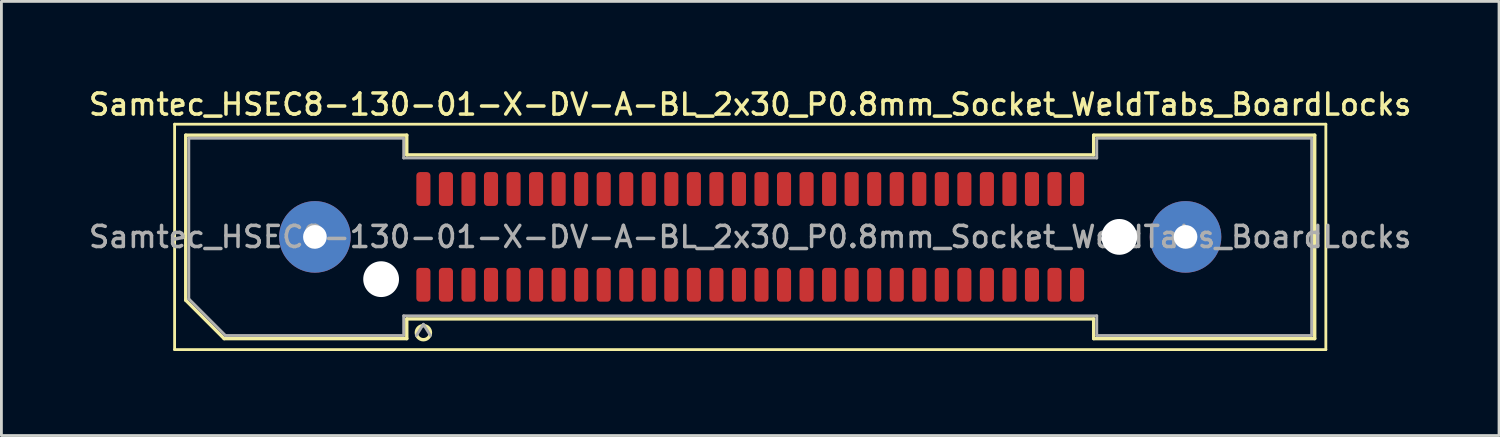
<source format=kicad_pcb>
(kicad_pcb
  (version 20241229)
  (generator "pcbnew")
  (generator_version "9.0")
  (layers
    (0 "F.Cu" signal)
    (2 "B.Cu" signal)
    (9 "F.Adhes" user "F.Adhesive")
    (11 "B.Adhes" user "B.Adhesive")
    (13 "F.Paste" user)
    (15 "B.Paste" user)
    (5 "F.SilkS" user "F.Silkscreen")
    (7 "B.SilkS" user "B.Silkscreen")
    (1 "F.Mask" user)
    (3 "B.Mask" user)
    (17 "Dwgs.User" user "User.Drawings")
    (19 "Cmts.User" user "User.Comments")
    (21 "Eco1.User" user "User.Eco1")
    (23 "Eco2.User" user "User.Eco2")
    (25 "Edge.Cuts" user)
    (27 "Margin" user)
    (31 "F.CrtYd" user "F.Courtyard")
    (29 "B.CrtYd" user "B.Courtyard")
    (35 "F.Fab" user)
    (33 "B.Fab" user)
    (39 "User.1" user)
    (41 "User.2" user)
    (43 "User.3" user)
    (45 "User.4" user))
  (footprint "Samtec_HSEC8-130-01-X-DV-A-BL_2x30_P0.8mm_Socket_WeldTabs_BoardLocks"
    (layer "F.Cu")
    (at 23.577 5.358)
    (property "Reference" "Samtec_HSEC8-130-01-X-DV-A-BL_2x30_P0.8mm_Socket_WeldTabs_BoardLocks" (at 0 -4.7 0) (layer "F.SilkS") (effects (font (size 0.75 0.75) (thickness 0.125))))
    (attr smd)
    (fp_line (start -20.43 -4) (end -20.43 4) (stroke (width 0.1) (type solid)) (layer "F.SilkS"))
    (fp_line (start -20.43 4) (end 20.43 4) (stroke (width 0.1) (type solid)) (layer "F.SilkS"))
    (fp_line (start -20.035 -3.61) (end -12.19 -3.61) (stroke (width 0.12) (type solid)) (layer "F.SilkS"))
    (fp_line (start -20.035 2.246) (end -20.035 -3.61) (stroke (width 0.12) (type solid)) (layer "F.SilkS"))
    (fp_line (start -18.671 3.61) (end -20.035 2.246) (stroke (width 0.12) (type solid)) (layer "F.SilkS"))
    (fp_line (start -12.19 -3.61) (end -12.19 -2.91) (stroke (width 0.12) (type solid)) (layer "F.SilkS"))
    (fp_line (start -12.19 -2.91) (end 12.19 -2.91) (stroke (width 0.12) (type solid)) (layer "F.SilkS"))
    (fp_line (start -12.19 2.91) (end -12.19 3.61) (stroke (width 0.12) (type solid)) (layer "F.SilkS"))
    (fp_line (start -12.19 3.61) (end -18.671 3.61) (stroke (width 0.12) (type solid)) (layer "F.SilkS"))
    (fp_line (start 12.19 -3.61) (end 20.035 -3.61) (stroke (width 0.12) (type solid)) (layer "F.SilkS"))
    (fp_line (start 12.19 -2.91) (end 12.19 -3.61) (stroke (width 0.12) (type solid)) (layer "F.SilkS"))
    (fp_line (start 12.19 2.91) (end -12.19 2.91) (stroke (width 0.12) (type solid)) (layer "F.SilkS"))
    (fp_line (start 12.19 3.61) (end 12.19 2.91) (stroke (width 0.12) (type solid)) (layer "F.SilkS"))
    (fp_line (start 20.035 -3.61) (end 20.035 3.61) (stroke (width 0.12) (type solid)) (layer "F.SilkS"))
    (fp_line (start 20.035 3.61) (end 12.19 3.61) (stroke (width 0.12) (type solid)) (layer "F.SilkS"))
    (fp_line (start 20.43 -4) (end -20.43 -4) (stroke (width 0.1) (type solid)) (layer "F.SilkS"))
    (fp_line (start 20.43 4) (end 20.43 -4) (stroke (width 0.1) (type solid)) (layer "F.SilkS"))
    (fp_circle (center -11.6 3.4) (end -11.35 3.4) (stroke (width 0.12) (type solid)) (fill no) (layer "F.SilkS"))
    (fp_line (start -19.925 -3.5) (end -12.3 -3.5) (stroke (width 0.1) (type solid)) (layer "F.Fab"))
    (fp_line (start -19.925 2.2) (end -19.925 -3.5) (stroke (width 0.1) (type solid)) (layer "F.Fab"))
    (fp_line (start -18.625 3.5) (end -19.925 2.2) (stroke (width 0.1) (type solid)) (layer "F.Fab"))
    (fp_line (start -12.3 -3.5) (end -12.3 -2.8) (stroke (width 0.1) (type solid)) (layer "F.Fab"))
    (fp_line (start -12.3 -2.8) (end 12.3 -2.8) (stroke (width 0.1) (type solid)) (layer "F.Fab"))
    (fp_line (start -12.3 2.8) (end -12.3 3.5) (stroke (width 0.1) (type solid)) (layer "F.Fab"))
    (fp_line (start -12.3 3.5) (end -18.625 3.5) (stroke (width 0.1) (type solid)) (layer "F.Fab"))
    (fp_line (start -11.6 3.1) (end -11.85 3.5) (stroke (width 0.1) (type solid)) (layer "F.Fab"))
    (fp_line (start -11.6 3.1) (end -11.35 3.5) (stroke (width 0.1) (type solid)) (layer "F.Fab"))
    (fp_line (start 12.3 -3.5) (end 19.925 -3.5) (stroke (width 0.1) (type solid)) (layer "F.Fab"))
    (fp_line (start 12.3 -2.8) (end 12.3 -3.5) (stroke (width 0.1) (type solid)) (layer "F.Fab"))
    (fp_line (start 12.3 2.8) (end -12.3 2.8) (stroke (width 0.1) (type solid)) (layer "F.Fab"))
    (fp_line (start 12.3 3.5) (end 12.3 2.8) (stroke (width 0.1) (type solid)) (layer "F.Fab"))
    (fp_line (start 19.925 -3.5) (end 19.925 3.5) (stroke (width 0.1) (type solid)) (layer "F.Fab"))
    (fp_line (start 19.925 3.5) (end 12.3 3.5) (stroke (width 0.1) (type solid)) (layer "F.Fab"))
    (fp_text user "${REFERENCE}" (at 0 0 0) (layer "F.Fab") (effects (font (size 0.75 0.75) (thickness 0.125))))
    (pad "" thru_hole circle (at -15.45 0) (size 2.54 2.54) (drill 0.84) (layers "*.Cu" "*.Mask" "F.Paste"))
    (pad "" np_thru_hole circle (at -13.1 1.5) (size 1.27 1.27) (drill 1.27) (layers "*.Cu" "*.Mask"))
    (pad "" np_thru_hole circle (at 13.1 0) (size 1.27 1.27) (drill 1.27) (layers "*.Cu" "*.Mask"))
    (pad "" thru_hole circle (at 15.45 0) (size 2.54 2.54) (drill 0.84) (layers "*.Cu" "*.Mask" "F.Paste"))
    (pad "1" smd roundrect (at -11.6 1.7) (size 0.5 1.2) (layers "F.Cu" "F.Mask" "F.Paste") (roundrect_rratio 0.25))
    (pad "2" smd roundrect (at -11.6 -1.7) (size 0.5 1.2) (layers "F.Cu" "F.Mask" "F.Paste") (roundrect_rratio 0.25))
    (pad "3" smd roundrect (at -10.8 1.7) (size 0.5 1.2) (layers "F.Cu" "F.Mask" "F.Paste") (roundrect_rratio 0.25))
    (pad "4" smd roundrect (at -10.8 -1.7) (size 0.5 1.2) (layers "F.Cu" "F.Mask" "F.Paste") (roundrect_rratio 0.25))
    (pad "5" smd roundrect (at -10 1.7) (size 0.5 1.2) (layers "F.Cu" "F.Mask" "F.Paste") (roundrect_rratio 0.25))
    (pad "6" smd roundrect (at -10 -1.7) (size 0.5 1.2) (layers "F.Cu" "F.Mask" "F.Paste") (roundrect_rratio 0.25))
    (pad "7" smd roundrect (at -9.2 1.7) (size 0.5 1.2) (layers "F.Cu" "F.Mask" "F.Paste") (roundrect_rratio 0.25))
    (pad "8" smd roundrect (at -9.2 -1.7) (size 0.5 1.2) (layers "F.Cu" "F.Mask" "F.Paste") (roundrect_rratio 0.25))
    (pad "9" smd roundrect (at -8.4 1.7) (size 0.5 1.2) (layers "F.Cu" "F.Mask" "F.Paste") (roundrect_rratio 0.25))
    (pad "10" smd roundrect (at -8.4 -1.7) (size 0.5 1.2) (layers "F.Cu" "F.Mask" "F.Paste") (roundrect_rratio 0.25))
    (pad "11" smd roundrect (at -7.6 1.7) (size 0.5 1.2) (layers "F.Cu" "F.Mask" "F.Paste") (roundrect_rratio 0.25))
    (pad "12" smd roundrect (at -7.6 -1.7) (size 0.5 1.2) (layers "F.Cu" "F.Mask" "F.Paste") (roundrect_rratio 0.25))
    (pad "13" smd roundrect (at -6.8 1.7) (size 0.5 1.2) (layers "F.Cu" "F.Mask" "F.Paste") (roundrect_rratio 0.25))
    (pad "14" smd roundrect (at -6.8 -1.7) (size 0.5 1.2) (layers "F.Cu" "F.Mask" "F.Paste") (roundrect_rratio 0.25))
    (pad "15" smd roundrect (at -6 1.7) (size 0.5 1.2) (layers "F.Cu" "F.Mask" "F.Paste") (roundrect_rratio 0.25))
    (pad "16" smd roundrect (at -6 -1.7) (size 0.5 1.2) (layers "F.Cu" "F.Mask" "F.Paste") (roundrect_rratio 0.25))
    (pad "17" smd roundrect (at -5.2 1.7) (size 0.5 1.2) (layers "F.Cu" "F.Mask" "F.Paste") (roundrect_rratio 0.25))
    (pad "18" smd roundrect (at -5.2 -1.7) (size 0.5 1.2) (layers "F.Cu" "F.Mask" "F.Paste") (roundrect_rratio 0.25))
    (pad "19" smd roundrect (at -4.4 1.7) (size 0.5 1.2) (layers "F.Cu" "F.Mask" "F.Paste") (roundrect_rratio 0.25))
    (pad "20" smd roundrect (at -4.4 -1.7) (size 0.5 1.2) (layers "F.Cu" "F.Mask" "F.Paste") (roundrect_rratio 0.25))
    (pad "21" smd roundrect (at -3.6 1.7) (size 0.5 1.2) (layers "F.Cu" "F.Mask" "F.Paste") (roundrect_rratio 0.25))
    (pad "22" smd roundrect (at -3.6 -1.7) (size 0.5 1.2) (layers "F.Cu" "F.Mask" "F.Paste") (roundrect_rratio 0.25))
    (pad "23" smd roundrect (at -2.8 1.7) (size 0.5 1.2) (layers "F.Cu" "F.Mask" "F.Paste") (roundrect_rratio 0.25))
    (pad "24" smd roundrect (at -2.8 -1.7) (size 0.5 1.2) (layers "F.Cu" "F.Mask" "F.Paste") (roundrect_rratio 0.25))
    (pad "25" smd roundrect (at -2 1.7) (size 0.5 1.2) (layers "F.Cu" "F.Mask" "F.Paste") (roundrect_rratio 0.25))
    (pad "26" smd roundrect (at -2 -1.7) (size 0.5 1.2) (layers "F.Cu" "F.Mask" "F.Paste") (roundrect_rratio 0.25))
    (pad "27" smd roundrect (at -1.2 1.7) (size 0.5 1.2) (layers "F.Cu" "F.Mask" "F.Paste") (roundrect_rratio 0.25))
    (pad "28" smd roundrect (at -1.2 -1.7) (size 0.5 1.2) (layers "F.Cu" "F.Mask" "F.Paste") (roundrect_rratio 0.25))
    (pad "29" smd roundrect (at -0.4 1.7) (size 0.5 1.2) (layers "F.Cu" "F.Mask" "F.Paste") (roundrect_rratio 0.25))
    (pad "30" smd roundrect (at -0.4 -1.7) (size 0.5 1.2) (layers "F.Cu" "F.Mask" "F.Paste") (roundrect_rratio 0.25))
    (pad "31" smd roundrect (at 0.4 1.7) (size 0.5 1.2) (layers "F.Cu" "F.Mask" "F.Paste") (roundrect_rratio 0.25))
    (pad "32" smd roundrect (at 0.4 -1.7) (size 0.5 1.2) (layers "F.Cu" "F.Mask" "F.Paste") (roundrect_rratio 0.25))
    (pad "33" smd roundrect (at 1.2 1.7) (size 0.5 1.2) (layers "F.Cu" "F.Mask" "F.Paste") (roundrect_rratio 0.25))
    (pad "34" smd roundrect (at 1.2 -1.7) (size 0.5 1.2) (layers "F.Cu" "F.Mask" "F.Paste") (roundrect_rratio 0.25))
    (pad "35" smd roundrect (at 2 1.7) (size 0.5 1.2) (layers "F.Cu" "F.Mask" "F.Paste") (roundrect_rratio 0.25))
    (pad "36" smd roundrect (at 2 -1.7) (size 0.5 1.2) (layers "F.Cu" "F.Mask" "F.Paste") (roundrect_rratio 0.25))
    (pad "37" smd roundrect (at 2.8 1.7) (size 0.5 1.2) (layers "F.Cu" "F.Mask" "F.Paste") (roundrect_rratio 0.25))
    (pad "38" smd roundrect (at 2.8 -1.7) (size 0.5 1.2) (layers "F.Cu" "F.Mask" "F.Paste") (roundrect_rratio 0.25))
    (pad "39" smd roundrect (at 3.6 1.7) (size 0.5 1.2) (layers "F.Cu" "F.Mask" "F.Paste") (roundrect_rratio 0.25))
    (pad "40" smd roundrect (at 3.6 -1.7) (size 0.5 1.2) (layers "F.Cu" "F.Mask" "F.Paste") (roundrect_rratio 0.25))
    (pad "41" smd roundrect (at 4.4 1.7) (size 0.5 1.2) (layers "F.Cu" "F.Mask" "F.Paste") (roundrect_rratio 0.25))
    (pad "42" smd roundrect (at 4.4 -1.7) (size 0.5 1.2) (layers "F.Cu" "F.Mask" "F.Paste") (roundrect_rratio 0.25))
    (pad "43" smd roundrect (at 5.2 1.7) (size 0.5 1.2) (layers "F.Cu" "F.Mask" "F.Paste") (roundrect_rratio 0.25))
    (pad "44" smd roundrect (at 5.2 -1.7) (size 0.5 1.2) (layers "F.Cu" "F.Mask" "F.Paste") (roundrect_rratio 0.25))
    (pad "45" smd roundrect (at 6 1.7) (size 0.5 1.2) (layers "F.Cu" "F.Mask" "F.Paste") (roundrect_rratio 0.25))
    (pad "46" smd roundrect (at 6 -1.7) (size 0.5 1.2) (layers "F.Cu" "F.Mask" "F.Paste") (roundrect_rratio 0.25))
    (pad "47" smd roundrect (at 6.8 1.7) (size 0.5 1.2) (layers "F.Cu" "F.Mask" "F.Paste") (roundrect_rratio 0.25))
    (pad "48" smd roundrect (at 6.8 -1.7) (size 0.5 1.2) (layers "F.Cu" "F.Mask" "F.Paste") (roundrect_rratio 0.25))
    (pad "49" smd roundrect (at 7.6 1.7) (size 0.5 1.2) (layers "F.Cu" "F.Mask" "F.Paste") (roundrect_rratio 0.25))
    (pad "50" smd roundrect (at 7.6 -1.7) (size 0.5 1.2) (layers "F.Cu" "F.Mask" "F.Paste") (roundrect_rratio 0.25))
    (pad "51" smd roundrect (at 8.4 1.7) (size 0.5 1.2) (layers "F.Cu" "F.Mask" "F.Paste") (roundrect_rratio 0.25))
    (pad "52" smd roundrect (at 8.4 -1.7) (size 0.5 1.2) (layers "F.Cu" "F.Mask" "F.Paste") (roundrect_rratio 0.25))
    (pad "53" smd roundrect (at 9.2 1.7) (size 0.5 1.2) (layers "F.Cu" "F.Mask" "F.Paste") (roundrect_rratio 0.25))
    (pad "54" smd roundrect (at 9.2 -1.7) (size 0.5 1.2) (layers "F.Cu" "F.Mask" "F.Paste") (roundrect_rratio 0.25))
    (pad "55" smd roundrect (at 10 1.7) (size 0.5 1.2) (layers "F.Cu" "F.Mask" "F.Paste") (roundrect_rratio 0.25))
    (pad "56" smd roundrect (at 10 -1.7) (size 0.5 1.2) (layers "F.Cu" "F.Mask" "F.Paste") (roundrect_rratio 0.25))
    (pad "57" smd roundrect (at 10.8 1.7) (size 0.5 1.2) (layers "F.Cu" "F.Mask" "F.Paste") (roundrect_rratio 0.25))
    (pad "58" smd roundrect (at 10.8 -1.7) (size 0.5 1.2) (layers "F.Cu" "F.Mask" "F.Paste") (roundrect_rratio 0.25))
    (pad "59" smd roundrect (at 11.6 1.7) (size 0.5 1.2) (layers "F.Cu" "F.Mask" "F.Paste") (roundrect_rratio 0.25))
    (pad "60" smd roundrect (at 11.6 -1.7) (size 0.5 1.2) (layers "F.Cu" "F.Mask" "F.Paste") (roundrect_rratio 0.25)))
  (gr_rect
    (start -3 -3)
    (end 50.154 12.408)
    (stroke (width 0.1) (type default))
    (fill no)
    (layer "Edge.Cuts")))
</source>
